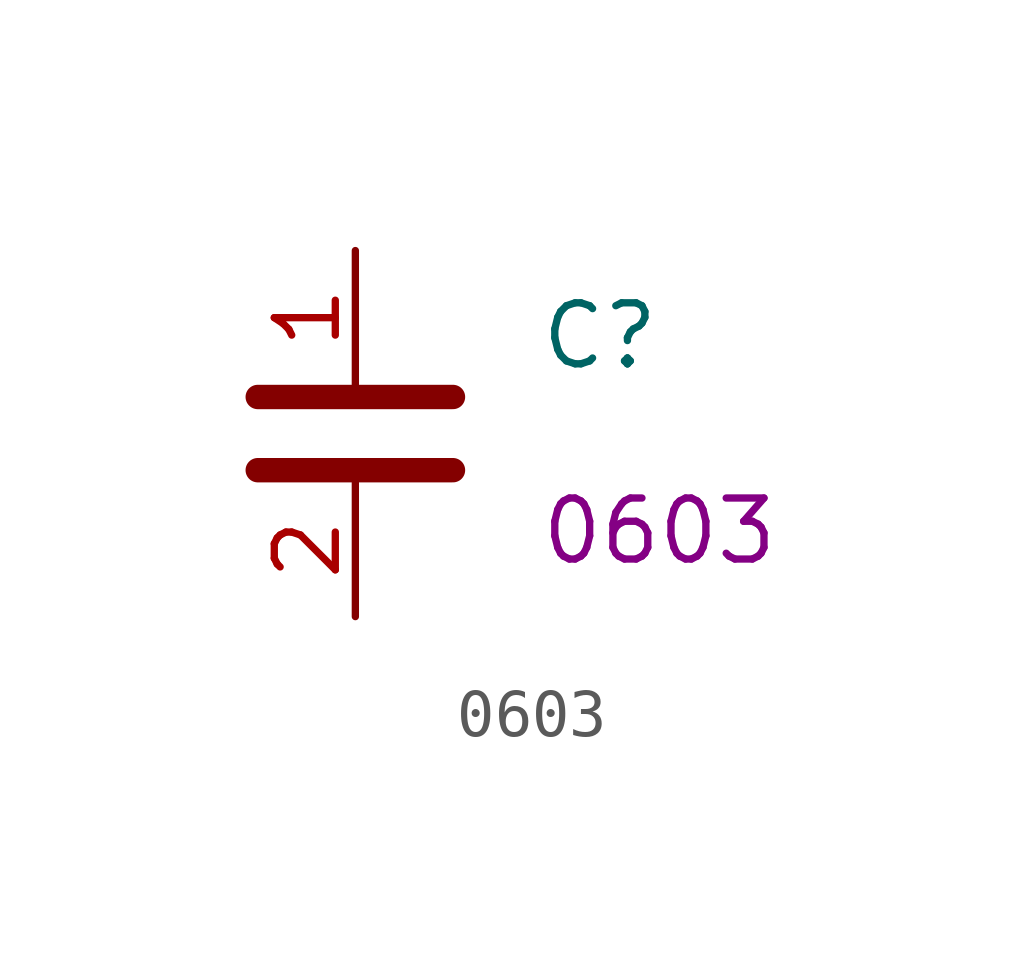
<source format=kicad_sym>
(kicad_symbol_lib
  (version 20241209)
  (generator "kicad_symbol_editor")
  (generator_version "9.0")
  (symbol " 0603"
    (property "Reference" "C"
      (at 3.81 2.032 0)
      (effects (font (size 1.27 1.27)) (justify left)))
    (property "Value" ""
      (at 3.81 0 0)
      (effects (font (size 1.27 1.27)) (justify left)))
    (property "FOOTPRINT_SHORT" "0603"
      (at 3.81 -2.032 0)
      (effects (font (size 1.27 1.27)) (justify left)))
    (symbol " 0603_0_1"
      (polyline (pts (xy -2.032 0.762) (xy 2.032 0.762)) (stroke (width 0.508) (type default)) (fill (type none)))
      (polyline (pts (xy -2.032 -0.762) (xy 2.032 -0.762)) (stroke (width 0.508) (type default)) (fill (type none))))
    (symbol " 0603_1_1"
      (pin passive line (at 0 3.81 270) (length 2.794) (name "~" (effects (font (size 1.27 1.27)))) (number "1" (effects (font (size 1.27 1.27)))))
      (pin passive line (at 0 -3.81 90) (length 2.794) (name "~" (effects (font (size 1.27 1.27)))) (number "2" (effects (font (size 1.27 1.27))))))))
</source>
